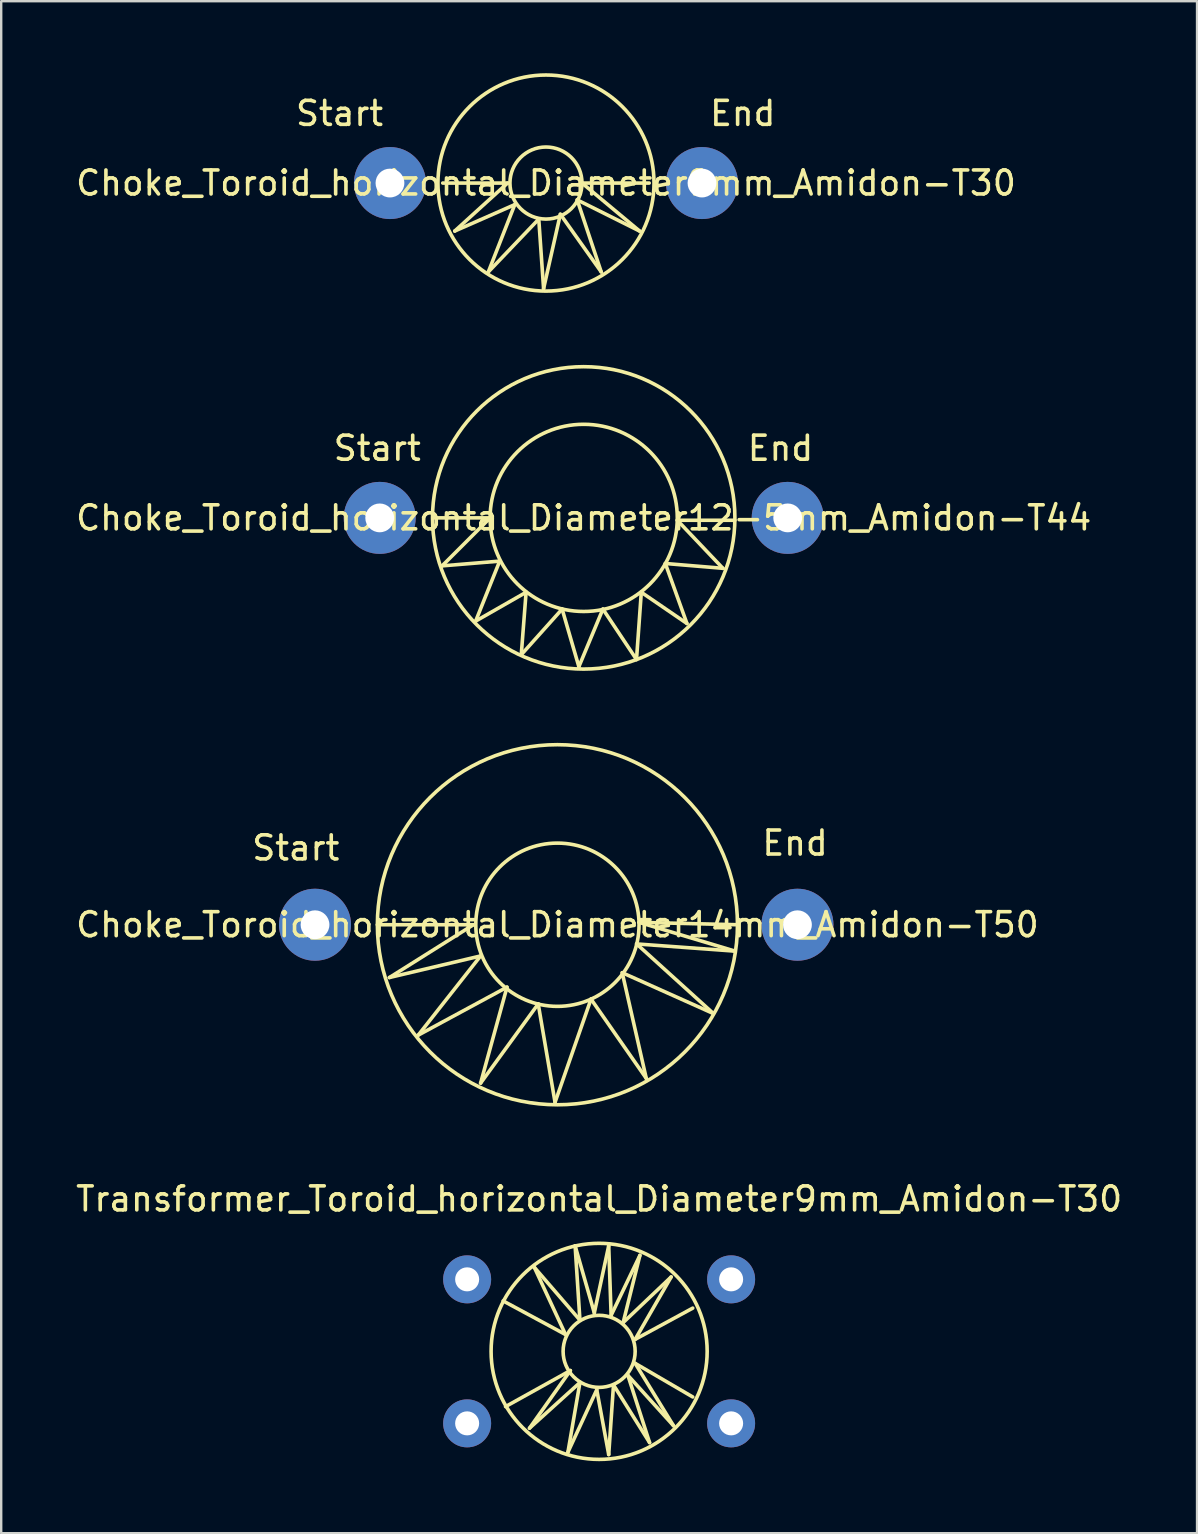
<source format=kicad_pcb>
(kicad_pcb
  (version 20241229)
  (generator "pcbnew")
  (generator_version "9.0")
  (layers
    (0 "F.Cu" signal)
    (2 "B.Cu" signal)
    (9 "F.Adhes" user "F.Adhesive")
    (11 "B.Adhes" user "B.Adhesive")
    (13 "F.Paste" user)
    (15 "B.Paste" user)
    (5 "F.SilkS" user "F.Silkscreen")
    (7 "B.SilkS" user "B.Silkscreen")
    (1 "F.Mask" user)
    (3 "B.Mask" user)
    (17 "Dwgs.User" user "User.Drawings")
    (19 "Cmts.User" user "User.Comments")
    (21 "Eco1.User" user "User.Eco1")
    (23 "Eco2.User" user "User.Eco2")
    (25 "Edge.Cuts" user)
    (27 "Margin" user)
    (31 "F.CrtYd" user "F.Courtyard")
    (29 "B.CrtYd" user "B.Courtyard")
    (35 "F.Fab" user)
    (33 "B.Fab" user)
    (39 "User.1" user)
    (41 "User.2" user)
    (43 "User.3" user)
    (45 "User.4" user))
  (footprint "Choke_Toroid_horizontal_Diameter12-5mm_Amidon-T44"
    (layer "F.Cu")
    (at 21.268 18.526)
    (property "Reference" "Choke_Toroid_horizontal_Diameter12-5mm_Amidon-T44" (at 0 0 0) (layer "F.SilkS") (effects (font (size 1 1) (thickness 0.15))))
    (attr through_hole)
    (fp_line (start -6.2 0) (end -3.899 0) (stroke (width 0.15) (type solid)) (layer "F.SilkS"))
    (fp_line (start -5.9 1.999) (end -3.5 1.801) (stroke (width 0.15) (type solid)) (layer "F.SilkS"))
    (fp_line (start -4.501 4.3) (end -2.4 3.099) (stroke (width 0.15) (type solid)) (layer "F.SilkS"))
    (fp_line (start -3.899 0) (end -5.9 1.999) (stroke (width 0.15) (type solid)) (layer "F.SilkS"))
    (fp_line (start -3.5 1.801) (end -4.501 4.3) (stroke (width 0.15) (type solid)) (layer "F.SilkS"))
    (fp_line (start -2.601 5.7) (end -0.899 3.8) (stroke (width 0.15) (type solid)) (layer "F.SilkS"))
    (fp_line (start -2.4 3.099) (end -2.601 5.7) (stroke (width 0.15) (type solid)) (layer "F.SilkS"))
    (fp_line (start -0.899 3.8) (end -0.201 6.2) (stroke (width 0.15) (type solid)) (layer "F.SilkS"))
    (fp_line (start -0.201 6.2) (end 0.8 3.8) (stroke (width 0.15) (type solid)) (layer "F.SilkS"))
    (fp_line (start 0.8 3.8) (end 2.2 5.9) (stroke (width 0.15) (type solid)) (layer "F.SilkS"))
    (fp_line (start 2.2 5.9) (end 2.4 3.099) (stroke (width 0.15) (type solid)) (layer "F.SilkS"))
    (fp_line (start 2.4 3.099) (end 4.3 4.399) (stroke (width 0.15) (type solid)) (layer "F.SilkS"))
    (fp_line (start 3.401 1.9) (end 5.799 2.101) (stroke (width 0.15) (type solid)) (layer "F.SilkS"))
    (fp_line (start 3.899 0.099) (end 6.299 0.099) (stroke (width 0.15) (type solid)) (layer "F.SilkS"))
    (fp_line (start 4.3 4.399) (end 3.401 1.9) (stroke (width 0.15) (type solid)) (layer "F.SilkS"))
    (fp_line (start 5.799 2.101) (end 3.899 0.099) (stroke (width 0.15) (type solid)) (layer "F.SilkS"))
    (fp_circle (center 0 0) (end 3.899 0) (stroke (width 0.15) (type solid)) (fill no) (layer "F.SilkS"))
    (fp_circle (center 0 0) (end 6.299 0) (stroke (width 0.15) (type solid)) (fill no) (layer "F.SilkS"))
    (fp_text user "End" (at 8.199 -2.901 0) (layer "F.SilkS") (effects (font (size 1 1) (thickness 0.15))))
    (fp_text user "Start" (at -8.6 -2.901 0) (layer "F.SilkS") (effects (font (size 1 1) (thickness 0.15))))
    (pad "1" thru_hole circle (at -8.499 0) (size 3 3) (drill 1.199) (layers "*.Cu" "*.Mask"))
    (pad "2" thru_hole circle (at 8.499 0) (size 3 3) (drill 1.199) (layers "*.Cu" "*.Mask")))
  (footprint "Transformer_Toroid_horizontal_Diameter9mm_Amidon-T30"
    (layer "F.Cu")
    (at 21.911 53.25)
    (property "Reference" "Transformer_Toroid_horizontal_Diameter9mm_Amidon-T30" (at 0 -6.35 0) (layer "F.SilkS") (effects (font (size 1 1) (thickness 0.15))))
    (attr through_hole)
    (fp_line (start -4 -2.101) (end -1.4 -0.701) (stroke (width 0.15) (type solid)) (layer "F.SilkS"))
    (fp_line (start -3.899 2.301) (end -1.199 0.8) (stroke (width 0.15) (type solid)) (layer "F.SilkS"))
    (fp_line (start -2.901 3.2) (end -0.8 1.3) (stroke (width 0.15) (type solid)) (layer "F.SilkS"))
    (fp_line (start -2.7 -3.5) (end -0.8 -1.3) (stroke (width 0.15) (type solid)) (layer "F.SilkS"))
    (fp_line (start -1.4 -0.701) (end -2.7 -3.5) (stroke (width 0.15) (type solid)) (layer "F.SilkS"))
    (fp_line (start -1.3 4.201) (end -0.099 1.6) (stroke (width 0.15) (type solid)) (layer "F.SilkS"))
    (fp_line (start -1.199 0.8) (end -2.901 3.2) (stroke (width 0.15) (type solid)) (layer "F.SilkS"))
    (fp_line (start -1.001 -4.399) (end -0.201 -1.6) (stroke (width 0.15) (type solid)) (layer "F.SilkS"))
    (fp_line (start -0.8 -1.3) (end -1.001 -4.399) (stroke (width 0.15) (type solid)) (layer "F.SilkS"))
    (fp_line (start -0.8 1.3) (end -1.3 4.201) (stroke (width 0.15) (type solid)) (layer "F.SilkS"))
    (fp_line (start -0.201 -1.6) (end 0.399 -4.399) (stroke (width 0.15) (type solid)) (layer "F.SilkS"))
    (fp_line (start -0.099 1.6) (end 0.399 4.3) (stroke (width 0.15) (type solid)) (layer "F.SilkS"))
    (fp_line (start 0.399 -4.399) (end 0.5 -1.501) (stroke (width 0.15) (type solid)) (layer "F.SilkS"))
    (fp_line (start 0.399 4.3) (end 0.599 1.4) (stroke (width 0.15) (type solid)) (layer "F.SilkS"))
    (fp_line (start 0.5 -1.501) (end 1.699 -4) (stroke (width 0.15) (type solid)) (layer "F.SilkS"))
    (fp_line (start 0.599 1.4) (end 2.101 3.8) (stroke (width 0.15) (type solid)) (layer "F.SilkS"))
    (fp_line (start 1.001 -1.199) (end 3 -3.099) (stroke (width 0.15) (type solid)) (layer "F.SilkS"))
    (fp_line (start 1.199 1.001) (end 3.099 3.099) (stroke (width 0.15) (type solid)) (layer "F.SilkS"))
    (fp_line (start 1.501 -0.5) (end 3.899 -1.801) (stroke (width 0.15) (type solid)) (layer "F.SilkS"))
    (fp_line (start 1.501 0.5) (end 3.899 1.9) (stroke (width 0.15) (type solid)) (layer "F.SilkS"))
    (fp_line (start 1.699 -4) (end 1.001 -1.199) (stroke (width 0.15) (type solid)) (layer "F.SilkS"))
    (fp_line (start 2.101 3.8) (end 1.199 1.001) (stroke (width 0.15) (type solid)) (layer "F.SilkS"))
    (fp_line (start 3 -3.099) (end 1.501 -0.5) (stroke (width 0.15) (type solid)) (layer "F.SilkS"))
    (fp_line (start 3.099 3.099) (end 1.501 0.5) (stroke (width 0.15) (type solid)) (layer "F.SilkS"))
    (fp_circle (center 0 0) (end 1.501 0) (stroke (width 0.15) (type solid)) (fill no) (layer "F.SilkS"))
    (fp_circle (center 0 0) (end 4.501 0) (stroke (width 0.15) (type solid)) (fill no) (layer "F.SilkS"))
    (pad "1" thru_hole circle (at -5.499 3) (size 1.999 1.999) (drill 1.001) (layers "*.Cu" "*.Mask"))
    (pad "2" thru_hole circle (at 5.499 3) (size 1.999 1.999) (drill 1.001) (layers "*.Cu" "*.Mask"))
    (pad "3" thru_hole circle (at -5.499 -3) (size 1.999 1.999) (drill 1.001) (layers "*.Cu" "*.Mask"))
    (pad "4" thru_hole circle (at 5.499 -3) (size 1.999 1.999) (drill 1.001) (layers "*.Cu" "*.Mask")))
  (footprint "Choke_Toroid_horizontal_Diameter9mm_Amidon-T30"
    (layer "F.Cu")
    (at 19.696 4.576)
    (property "Reference" "Choke_Toroid_horizontal_Diameter9mm_Amidon-T30" (at 0 0 0) (layer "F.SilkS") (effects (font (size 1 1) (thickness 0.15))))
    (attr through_hole)
    (fp_line (start -4.3 0) (end -1.6 0) (stroke (width 0.15) (type solid)) (layer "F.SilkS"))
    (fp_line (start -3.8 1.999) (end -1.3 0.899) (stroke (width 0.15) (type solid)) (layer "F.SilkS"))
    (fp_line (start -2.4 3.701) (end -0.3 1.501) (stroke (width 0.15) (type solid)) (layer "F.SilkS"))
    (fp_line (start -1.6 0) (end -3.8 1.999) (stroke (width 0.15) (type solid)) (layer "F.SilkS"))
    (fp_line (start -1.3 0.899) (end -2.4 3.701) (stroke (width 0.15) (type solid)) (layer "F.SilkS"))
    (fp_line (start -0.3 1.501) (end -0.099 4.399) (stroke (width 0.15) (type solid)) (layer "F.SilkS"))
    (fp_line (start -0.099 4.399) (end 0.599 1.3) (stroke (width 0.15) (type solid)) (layer "F.SilkS"))
    (fp_line (start 0.599 1.3) (end 2.301 3.701) (stroke (width 0.15) (type solid)) (layer "F.SilkS"))
    (fp_line (start 1.3 0.701) (end 3.899 1.999) (stroke (width 0.15) (type solid)) (layer "F.SilkS"))
    (fp_line (start 1.501 0) (end 4.3 0) (stroke (width 0.15) (type solid)) (layer "F.SilkS"))
    (fp_line (start 2.301 3.701) (end 1.3 0.701) (stroke (width 0.15) (type solid)) (layer "F.SilkS"))
    (fp_line (start 3.899 1.999) (end 1.501 0) (stroke (width 0.15) (type solid)) (layer "F.SilkS"))
    (fp_circle (center 0 0) (end 1.501 0) (stroke (width 0.15) (type solid)) (fill no) (layer "F.SilkS"))
    (fp_circle (center 0 0) (end 4.501 0) (stroke (width 0.15) (type solid)) (fill no) (layer "F.SilkS"))
    (fp_text user "End" (at 8.199 -2.901 0) (layer "F.SilkS") (effects (font (size 1 1) (thickness 0.15))))
    (fp_text user "Start" (at -8.6 -2.901 0) (layer "F.SilkS") (effects (font (size 1 1) (thickness 0.15))))
    (pad "1" thru_hole circle (at -6.5 0) (size 3 3) (drill 1.199) (layers "*.Cu" "*.Mask"))
    (pad "2" thru_hole circle (at 6.5 0) (size 3 3) (drill 1.199) (layers "*.Cu" "*.Mask")))
  (footprint "Choke_Toroid_horizontal_Diameter14mm_Amidon-T50"
    (layer "F.Cu")
    (at 20.173 35.476)
    (property "Reference" "Choke_Toroid_horizontal_Diameter14mm_Amidon-T50" (at 0 0 0) (layer "F.SilkS") (effects (font (size 1 1) (thickness 0.15))))
    (attr through_hole)
    (fp_line (start -7.501 0) (end -3.5 0) (stroke (width 0.15) (type solid)) (layer "F.SilkS"))
    (fp_line (start -7 2.2) (end -3.2 1.3) (stroke (width 0.15) (type solid)) (layer "F.SilkS"))
    (fp_line (start -5.799 4.6) (end -2.101 2.601) (stroke (width 0.15) (type solid)) (layer "F.SilkS"))
    (fp_line (start -3.5 0) (end -7 2.2) (stroke (width 0.15) (type solid)) (layer "F.SilkS"))
    (fp_line (start -3.2 1.3) (end -5.799 4.6) (stroke (width 0.15) (type solid)) (layer "F.SilkS"))
    (fp_line (start -3.2 6.599) (end -0.8 3.299) (stroke (width 0.15) (type solid)) (layer "F.SilkS"))
    (fp_line (start -2.101 2.601) (end -3.2 6.599) (stroke (width 0.15) (type solid)) (layer "F.SilkS"))
    (fp_line (start -0.8 3.299) (end -0.099 7.399) (stroke (width 0.15) (type solid)) (layer "F.SilkS"))
    (fp_line (start -0.099 7.399) (end 1.4 3.099) (stroke (width 0.15) (type solid)) (layer "F.SilkS"))
    (fp_line (start 1.4 3.099) (end 3.701 6.401) (stroke (width 0.15) (type solid)) (layer "F.SilkS"))
    (fp_line (start 2.7 1.999) (end 6.5 3.701) (stroke (width 0.15) (type solid)) (layer "F.SilkS"))
    (fp_line (start 3.299 0.8) (end 7.399 1.1) (stroke (width 0.15) (type solid)) (layer "F.SilkS"))
    (fp_line (start 3.401 -0.099) (end 7.501 0) (stroke (width 0.15) (type solid)) (layer "F.SilkS"))
    (fp_line (start 3.701 6.401) (end 2.7 1.999) (stroke (width 0.15) (type solid)) (layer "F.SilkS"))
    (fp_line (start 6.5 3.701) (end 3.299 0.8) (stroke (width 0.15) (type solid)) (layer "F.SilkS"))
    (fp_line (start 7.399 1.1) (end 3.401 -0.099) (stroke (width 0.15) (type solid)) (layer "F.SilkS"))
    (fp_circle (center 0 0) (end 3.401 0) (stroke (width 0.15) (type solid)) (fill no) (layer "F.SilkS"))
    (fp_circle (center 0 0) (end 7.501 0) (stroke (width 0.15) (type solid)) (fill no) (layer "F.SilkS"))
    (fp_text user "End" (at 9.901 -3.401 0) (layer "F.SilkS") (effects (font (size 1 1) (thickness 0.15))))
    (fp_text user "Start" (at -10.899 -3.2 0) (layer "F.SilkS") (effects (font (size 1 1) (thickness 0.15))))
    (pad "1" thru_hole circle (at -10.099 0) (size 3 3) (drill 1.199) (layers "*.Cu" "*.Mask"))
    (pad "2" thru_hole circle (at 10 0) (size 3 3) (drill 1.199) (layers "*.Cu" "*.Mask")))
  (gr_rect
    (start -3 -3)
    (end 46.821 60.826)
    (stroke (width 0.1) (type default))
    (fill no)
    (layer "Edge.Cuts")))
</source>
